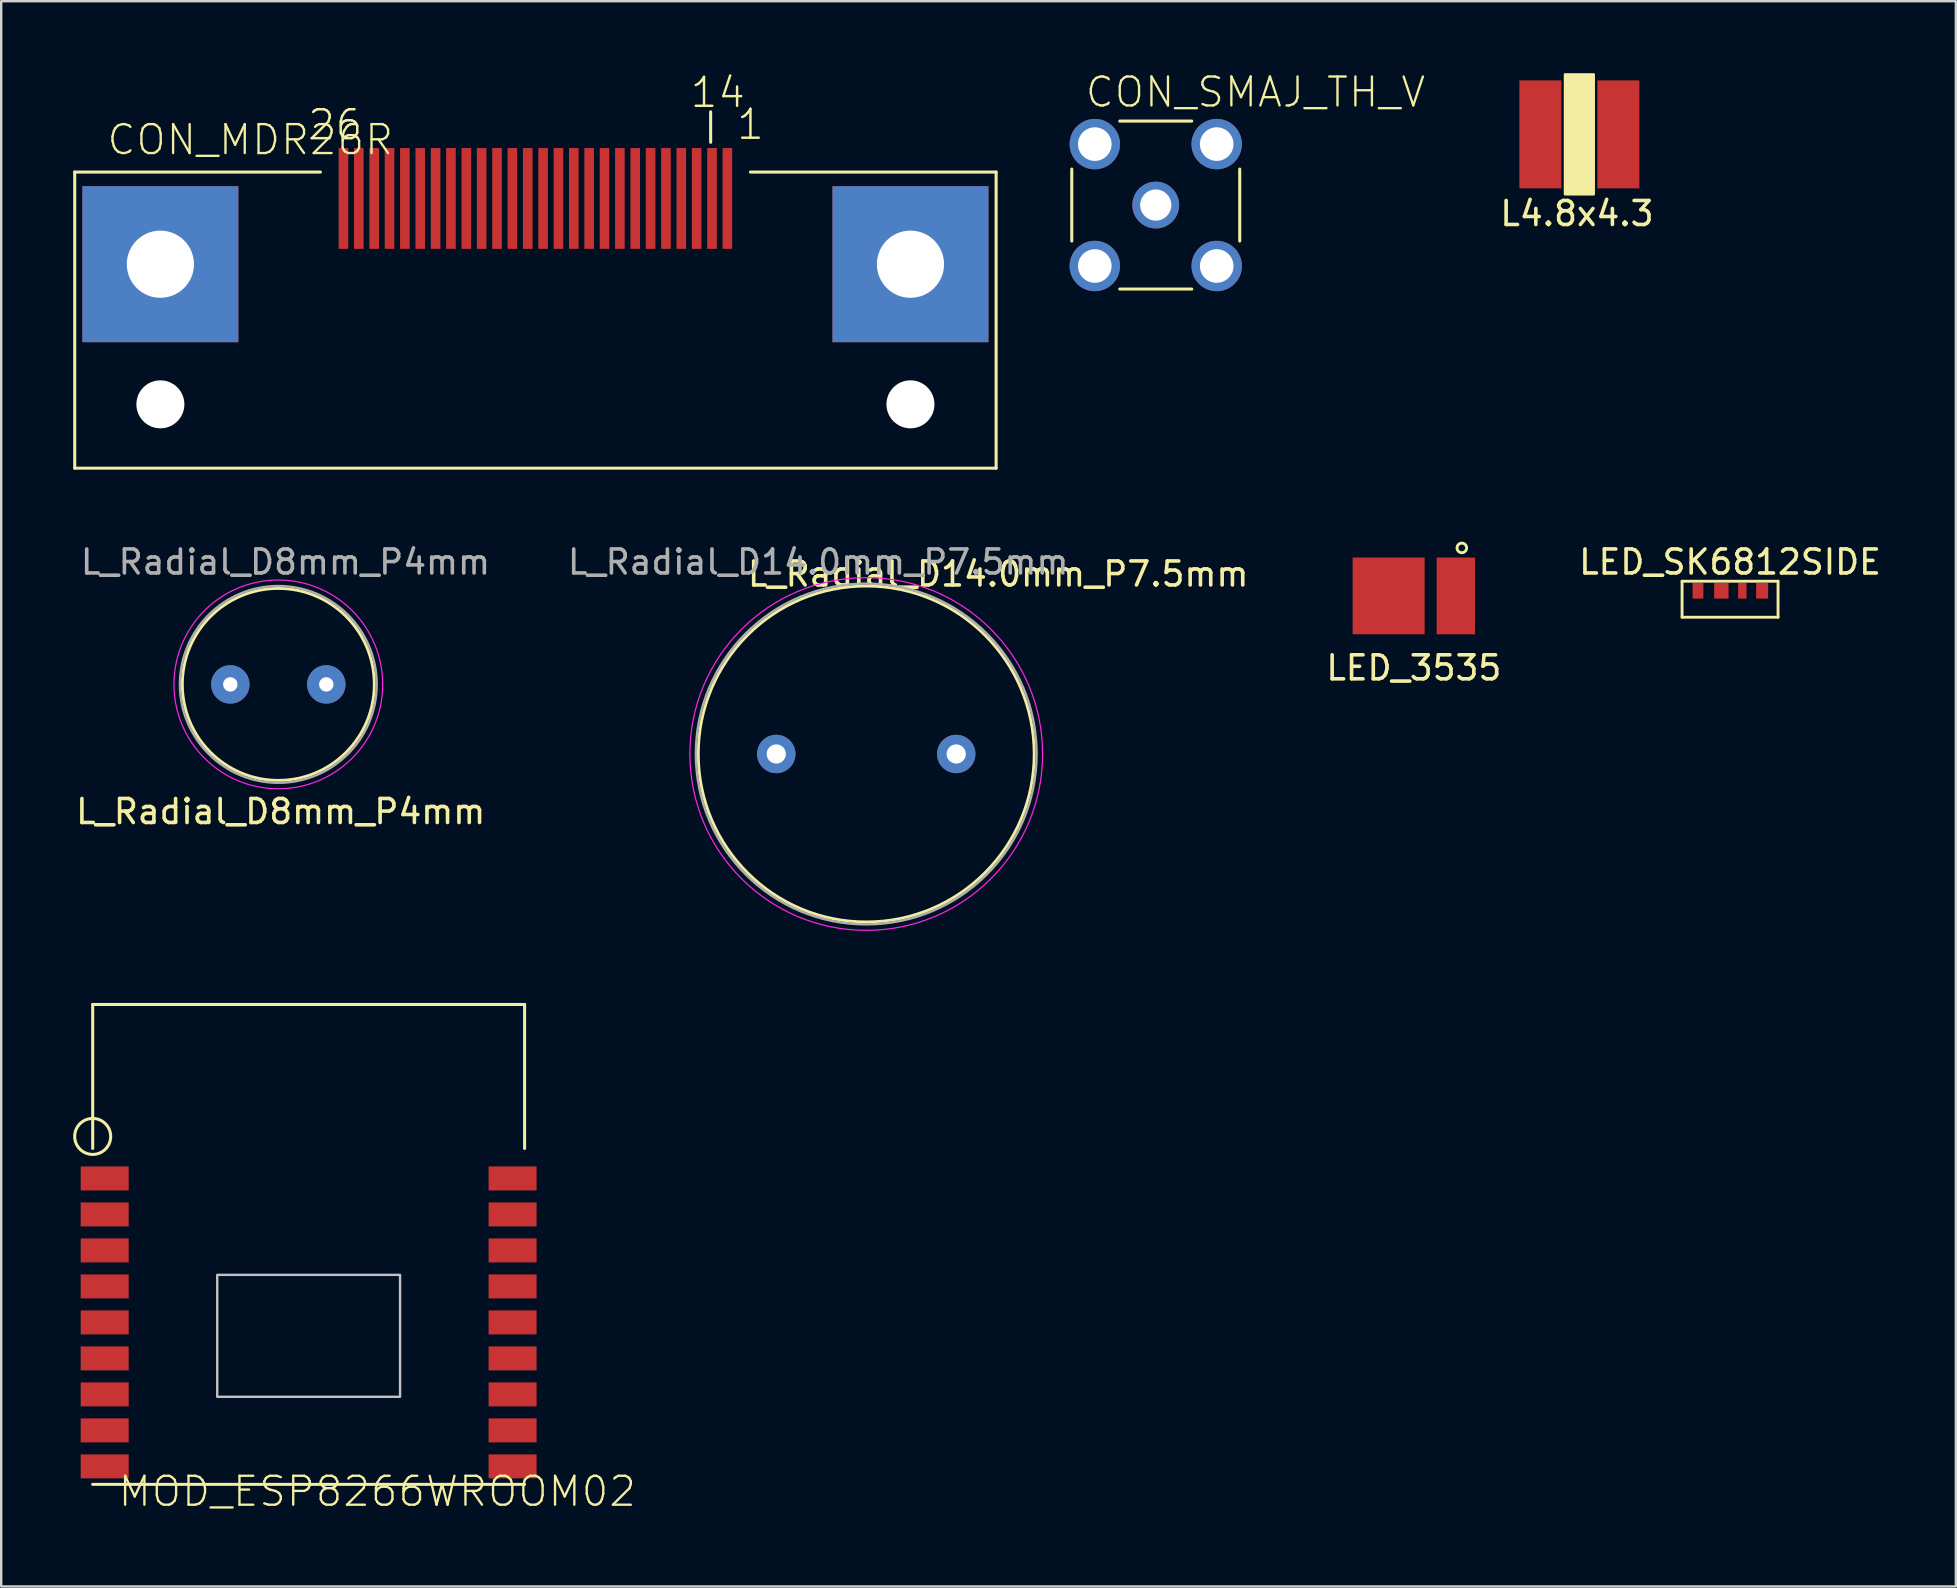
<source format=kicad_pcb>
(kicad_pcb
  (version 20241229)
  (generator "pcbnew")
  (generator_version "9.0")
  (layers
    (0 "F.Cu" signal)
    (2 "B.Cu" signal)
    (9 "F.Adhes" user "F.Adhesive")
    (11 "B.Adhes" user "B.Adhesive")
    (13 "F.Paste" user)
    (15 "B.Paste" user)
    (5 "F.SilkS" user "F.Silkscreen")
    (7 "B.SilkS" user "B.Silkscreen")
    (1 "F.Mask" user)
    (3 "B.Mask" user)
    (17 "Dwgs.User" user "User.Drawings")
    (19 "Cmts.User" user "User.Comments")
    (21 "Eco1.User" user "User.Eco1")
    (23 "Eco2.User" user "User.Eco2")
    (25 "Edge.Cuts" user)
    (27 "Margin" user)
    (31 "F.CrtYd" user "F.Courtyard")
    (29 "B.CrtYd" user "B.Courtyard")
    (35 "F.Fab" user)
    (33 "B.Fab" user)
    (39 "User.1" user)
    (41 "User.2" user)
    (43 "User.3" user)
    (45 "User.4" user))
  (footprint "LED_3535"
    (layer "F.Cu")
    (at 55.873 21.785)
    (property "Reference" "LED_3535" (at 0 3 0) (layer "F.SilkS") (effects (font (size 1 1) (thickness 0.15))))
    (attr smd)
    (fp_circle (center 2 -2) (end 2.2 -2) (stroke (width 0.12) (type solid)) (fill no) (layer "F.SilkS"))
    (pad "1" smd rect (at -1.05 0) (size 3 3.2) (layers "F.Cu" "F.Mask" "F.Paste"))
    (pad "2" smd rect (at 1.75 0) (size 1.6 3.2) (layers "F.Cu" "F.Mask" "F.Paste")))
  (footprint "L_Radial_D8mm_P4mm"
    (layer "F.Cu")
    (at 8.549 25.473)
    (property "Reference" "L_Radial_D8mm_P4mm" (at 0.1 5.3 0) (layer "F.SilkS") (effects (font (size 1 1) (thickness 0.15))))
    (attr through_hole)
    (fp_circle (center 0 0) (end 4 0) (stroke (width 0.12) (type solid)) (fill no) (layer "F.SilkS"))
    (fp_circle (center 0 0) (end 4.35 0) (stroke (width 0.05) (type solid)) (fill no) (layer "F.CrtYd"))
    (fp_circle (center 0 0) (end 4.1 0) (stroke (width 0.1) (type solid)) (fill no) (layer "F.Fab"))
    (fp_text user "${REFERENCE}" (at 0.3 -5.1 0) (layer "F.Fab") (effects (font (size 1 1) (thickness 0.15))))
    (pad "1" thru_hole circle (at -2 0) (size 1.6 1.6) (drill 0.6) (layers "*.Cu" "*.Mask"))
    (pad "2" thru_hole circle (at 2 0) (size 1.6 1.6) (drill 0.6) (layers "*.Cu" "*.Mask")))
  (footprint "L_Radial_D14.0mm_P7.5mm"
    (layer "F.Cu")
    (at 33.051 28.373)
    (property "Reference" "L_Radial_D14.0mm_P7.5mm" (at 5.5 -7.5 0) (layer "F.SilkS") (effects (font (size 1 1) (thickness 0.15))))
    (attr through_hole)
    (fp_circle (center 0 0) (end 7 0) (stroke (width 0.12) (type solid)) (fill no) (layer "F.SilkS"))
    (fp_circle (center 0 0) (end 7.35 0) (stroke (width 0.05) (type solid)) (fill no) (layer "F.CrtYd"))
    (fp_circle (center 0 0) (end 7.1 0) (stroke (width 0.1) (type solid)) (fill no) (layer "F.Fab"))
    (fp_text user "${REFERENCE}" (at -2 -8 0) (layer "F.Fab") (effects (font (size 1 1) (thickness 0.15))))
    (pad "1" thru_hole circle (at -3.75 0) (size 1.6 1.6) (drill 0.8) (layers "*.Cu" "*.Mask"))
    (pad "2" thru_hole circle (at 3.75 0) (size 1.6 1.6) (drill 0.8) (layers "*.Cu" "*.Mask")))
  (footprint "LED_SK6812SIDE"
    (layer "F.Cu")
    (at 69.051 21.573)
    (property "Reference" "LED_SK6812SIDE" (at 0 -1.2 0) (layer "F.SilkS") (effects (font (size 1 1) (thickness 0.15))))
    (attr smd)
    (fp_line (start -2 -0.4) (end -2 1.1) (stroke (width 0.12) (type solid)) (layer "F.SilkS"))
    (fp_line (start -2 1.1) (end 2 1.1) (stroke (width 0.12) (type solid)) (layer "F.SilkS"))
    (fp_line (start 2 -0.4) (end -2 -0.4) (stroke (width 0.12) (type solid)) (layer "F.SilkS"))
    (fp_line (start 2 -0.4) (end 2 1.1) (stroke (width 0.12) (type solid)) (layer "F.SilkS"))
    (pad "1" smd rect (at -1.337 0) (size 0.45 0.65) (layers "F.Cu" "F.Mask" "F.Paste"))
    (pad "2" smd rect (at -0.362 0) (size 0.6 0.65) (layers "F.Cu" "F.Mask" "F.Paste"))
    (pad "3" smd rect (at 0.512 0) (size 0.35 0.65) (layers "F.Cu" "F.Mask" "F.Paste"))
    (pad "4" smd rect (at 1.337 0) (size 0.5 0.65) (layers "F.Cu" "F.Mask" "F.Paste")))
  (footprint "CON_MDR26R"
    (layer "F.Cu")
    (at 19.264 7.961)
    (property "Reference" "CON_MDR26R" (at -17.92 -4.48 0) (layer "F.SilkS") (effects (font (size 1.206 1.206) (thickness 0.097)) (justify left bottom)))
    (attr through_hole)
    (fp_line (start -19.2 -3.84) (end -19.2 8.5) (stroke (width 0.127) (type solid)) (layer "F.SilkS"))
    (fp_line (start -19.2 8.5) (end 19.2 8.5) (stroke (width 0.127) (type solid)) (layer "F.SilkS"))
    (fp_line (start -8.96 -3.84) (end -19.2 -3.84) (stroke (width 0.127) (type solid)) (layer "F.SilkS"))
    (fp_line (start 7.303 -5.08) (end 7.303 -6.35) (stroke (width 0.127) (type solid)) (layer "F.SilkS"))
    (fp_line (start 19.2 -3.84) (end 8.96 -3.84) (stroke (width 0.127) (type solid)) (layer "F.SilkS"))
    (fp_line (start 19.2 8.5) (end 19.2 -3.84) (stroke (width 0.127) (type solid)) (layer "F.SilkS"))
    (fp_text user "1" (at 8.32 -5.12 0) (layer "F.SilkS") (effects (font (size 1.206 1.206) (thickness 0.102)) (justify left bottom)))
    (fp_text user "26" (at -9.56 -5.1 0) (layer "F.SilkS") (effects (font (size 1.206 1.206) (thickness 0.102)) (justify left bottom)))
    (fp_text user "14" (at 6.385 -6.45 0) (layer "F.SilkS") (effects (font (size 1.206 1.206) (thickness 0.102)) (justify left bottom)))
    (pad "" np_thru_hole circle (at -15.63 5.84) (size 2 2) (drill 2) (layers "*.Cu" "*.Mask"))
    (pad "" np_thru_hole circle (at 15.63 5.84) (size 2 2) (drill 2) (layers "*.Cu" "*.Mask"))
    (pad "G1" thru_hole rect (at 15.63 0) (size 6.5 6.5) (drill 2.8) (layers "*.Cu" "*.Mask"))
    (pad "G2" thru_hole rect (at -15.63 0) (size 6.5 6.5) (drill 2.8) (layers "*.Cu" "*.Mask"))
    (pad "P$1" smd rect (at 8 -2.74) (size 0.4 4.2) (layers "F.Cu" "F.Mask" "F.Paste"))
    (pad "P$2" smd rect (at 6.72 -2.74) (size 0.4 4.2) (layers "F.Cu" "F.Mask" "F.Paste"))
    (pad "P$3" smd rect (at 5.44 -2.74) (size 0.4 4.2) (layers "F.Cu" "F.Mask" "F.Paste"))
    (pad "P$4" smd rect (at 4.16 -2.74) (size 0.4 4.2) (layers "F.Cu" "F.Mask" "F.Paste"))
    (pad "P$5" smd rect (at 2.88 -2.74) (size 0.4 4.2) (layers "F.Cu" "F.Mask" "F.Paste"))
    (pad "P$6" smd rect (at 1.6 -2.74) (size 0.4 4.2) (layers "F.Cu" "F.Mask" "F.Paste"))
    (pad "P$7" smd rect (at 0.32 -2.74) (size 0.4 4.2) (layers "F.Cu" "F.Mask" "F.Paste"))
    (pad "P$8" smd rect (at -0.96 -2.74) (size 0.4 4.2) (layers "F.Cu" "F.Mask" "F.Paste"))
    (pad "P$9" smd rect (at -2.24 -2.74) (size 0.4 4.2) (layers "F.Cu" "F.Mask" "F.Paste"))
    (pad "P$10" smd rect (at -3.52 -2.74) (size 0.4 4.2) (layers "F.Cu" "F.Mask" "F.Paste"))
    (pad "P$11" smd rect (at -4.8 -2.74) (size 0.4 4.2) (layers "F.Cu" "F.Mask" "F.Paste"))
    (pad "P$12" smd rect (at -6.08 -2.74) (size 0.4 4.2) (layers "F.Cu" "F.Mask" "F.Paste"))
    (pad "P$13" smd rect (at -7.36 -2.74) (size 0.4 4.2) (layers "F.Cu" "F.Mask" "F.Paste"))
    (pad "P$14" smd rect (at 7.36 -2.74) (size 0.4 4.2) (layers "F.Cu" "F.Mask" "F.Paste"))
    (pad "P$15" smd rect (at 6.08 -2.74) (size 0.4 4.2) (layers "F.Cu" "F.Mask" "F.Paste"))
    (pad "P$16" smd rect (at 4.8 -2.74) (size 0.4 4.2) (layers "F.Cu" "F.Mask" "F.Paste"))
    (pad "P$17" smd rect (at 3.52 -2.74) (size 0.4 4.2) (layers "F.Cu" "F.Mask" "F.Paste"))
    (pad "P$18" smd rect (at 2.24 -2.74) (size 0.4 4.2) (layers "F.Cu" "F.Mask" "F.Paste"))
    (pad "P$19" smd rect (at 0.96 -2.74) (size 0.4 4.2) (layers "F.Cu" "F.Mask" "F.Paste"))
    (pad "P$20" smd rect (at -0.32 -2.74) (size 0.4 4.2) (layers "F.Cu" "F.Mask" "F.Paste"))
    (pad "P$21" smd rect (at -1.6 -2.74) (size 0.4 4.2) (layers "F.Cu" "F.Mask" "F.Paste"))
    (pad "P$22" smd rect (at -2.88 -2.74) (size 0.4 4.2) (layers "F.Cu" "F.Mask" "F.Paste"))
    (pad "P$23" smd rect (at -4.16 -2.74) (size 0.4 4.2) (layers "F.Cu" "F.Mask" "F.Paste"))
    (pad "P$24" smd rect (at -5.44 -2.74) (size 0.4 4.2) (layers "F.Cu" "F.Mask" "F.Paste"))
    (pad "P$25" smd rect (at -6.72 -2.74) (size 0.4 4.2) (layers "F.Cu" "F.Mask" "F.Paste"))
    (pad "P$26" smd rect (at -8 -2.74) (size 0.4 4.2) (layers "F.Cu" "F.Mask" "F.Paste")))
  (footprint "MOD_ESP8266WROOM02"
    (layer "F.Cu")
    (at 9.813 48.812)
    (property "Reference" "MOD_ESP8266WROOM02" (at -8 11 0) (layer "F.SilkS") (effects (font (size 1.206 1.206) (thickness 0.097)) (justify left bottom)))
    (attr smd)
    (fp_line (start -9 -10) (end -9 -4) (stroke (width 0.127) (type solid)) (layer "F.SilkS"))
    (fp_line (start -9 10) (end 9 10) (stroke (width 0.127) (type solid)) (layer "F.SilkS"))
    (fp_line (start 9 -10) (end -9 -10) (stroke (width 0.127) (type solid)) (layer "F.SilkS"))
    (fp_line (start 9 -10) (end 9 -4) (stroke (width 0.127) (type solid)) (layer "F.SilkS"))
    (fp_circle (center -9 -4.5) (end -8.25 -4.5) (stroke (width 0.127) (type solid)) (fill no) (layer "F.SilkS"))
    (fp_poly (pts (xy -3.81 6.35) (xy 3.81 6.35) (xy 3.81 1.27) (xy -3.81 1.27)) (stroke (width 0.1) (type solid)) (fill no) (layer "Dwgs.User"))
    (pad "P$1" smd rect (at -8.5 -2.75 90) (size 1 2) (layers "F.Cu" "F.Mask" "F.Paste"))
    (pad "P$2" smd rect (at -8.5 -1.25 90) (size 1 2) (layers "F.Cu" "F.Mask" "F.Paste"))
    (pad "P$3" smd rect (at -8.5 0.25 90) (size 1 2) (layers "F.Cu" "F.Mask" "F.Paste"))
    (pad "P$4" smd rect (at -8.5 1.75 90) (size 1 2) (layers "F.Cu" "F.Mask" "F.Paste"))
    (pad "P$5" smd rect (at -8.5 3.25 90) (size 1 2) (layers "F.Cu" "F.Mask" "F.Paste"))
    (pad "P$6" smd rect (at -8.5 4.75 90) (size 1 2) (layers "F.Cu" "F.Mask" "F.Paste"))
    (pad "P$7" smd rect (at -8.5 6.25 90) (size 1 2) (layers "F.Cu" "F.Mask" "F.Paste"))
    (pad "P$8" smd rect (at -8.5 7.75 90) (size 1 2) (layers "F.Cu" "F.Mask" "F.Paste"))
    (pad "P$9" smd rect (at -8.5 9.25 90) (size 1 2) (layers "F.Cu" "F.Mask" "F.Paste"))
    (pad "P$10" smd rect (at 8.5 9.25 90) (size 1 2) (layers "F.Cu" "F.Mask" "F.Paste"))
    (pad "P$11" smd rect (at 8.5 7.75 90) (size 1 2) (layers "F.Cu" "F.Mask" "F.Paste"))
    (pad "P$12" smd rect (at 8.5 6.25 90) (size 1 2) (layers "F.Cu" "F.Mask" "F.Paste"))
    (pad "P$13" smd rect (at 8.5 4.75 90) (size 1 2) (layers "F.Cu" "F.Mask" "F.Paste"))
    (pad "P$14" smd rect (at 8.5 3.25 90) (size 1 2) (layers "F.Cu" "F.Mask" "F.Paste"))
    (pad "P$15" smd rect (at 8.5 1.75 90) (size 1 2) (layers "F.Cu" "F.Mask" "F.Paste"))
    (pad "P$16" smd rect (at 8.5 0.25 90) (size 1 2) (layers "F.Cu" "F.Mask" "F.Paste"))
    (pad "P$17" smd rect (at 8.5 -1.25 90) (size 1 2) (layers "F.Cu" "F.Mask" "F.Paste"))
    (pad "P$18" smd rect (at 8.5 -2.75 90) (size 1 2) (layers "F.Cu" "F.Mask" "F.Paste")))
  (footprint "L4.8x4.3"
    (layer "F.Cu")
    (at 62.771 2.55)
    (property "Reference" "L4.8x4.3" (at -0.1 3.3 0) (layer "F.SilkS") (effects (font (size 1 1) (thickness 0.15))))
    (attr smd)
    (fp_poly (pts (xy 0.6 2.5) (xy -0.6 2.5) (xy -0.6 -2.5) (xy 0.6 -2.5)) (stroke (width 0.1) (type solid)) (fill yes) (layer "F.SilkS"))
    (pad "1" smd rect (at -1.625 0) (size 1.75 4.5) (layers "F.Cu" "F.Mask" "F.Paste"))
    (pad "2" smd rect (at 1.625 0) (size 1.75 4.5) (layers "F.Cu" "F.Mask" "F.Paste")))
  (footprint "CON_SMAJ_TH_V"
    (layer "F.Cu")
    (at 45.117 5.496)
    (property "Reference" "CON_SMAJ_TH_V" (at -3 -4 0) (layer "F.SilkS") (effects (font (size 1.206 1.206) (thickness 0.097)) (justify left bottom)))
    (attr through_hole)
    (fp_line (start -3.5 1.5) (end -3.5 -1.5) (stroke (width 0.127) (type solid)) (layer "F.SilkS"))
    (fp_line (start -1.5 -3.5) (end 1.5 -3.5) (stroke (width 0.127) (type solid)) (layer "F.SilkS"))
    (fp_line (start 1.5 3.5) (end -1.5 3.5) (stroke (width 0.127) (type solid)) (layer "F.SilkS"))
    (fp_line (start 3.5 -1.5) (end 3.5 1.5) (stroke (width 0.127) (type solid)) (layer "F.SilkS"))
    (pad "GND1" thru_hole circle (at -2.54 -2.54) (size 2.1 2.1) (drill 1.4) (layers "*.Cu" "*.Mask"))
    (pad "GND2" thru_hole circle (at -2.54 2.54) (size 2.1 2.1) (drill 1.4) (layers "*.Cu" "*.Mask"))
    (pad "GND3" thru_hole circle (at 2.54 -2.54) (size 2.1 2.1) (drill 1.4) (layers "*.Cu" "*.Mask"))
    (pad "GND4" thru_hole circle (at 2.54 2.54) (size 2.1 2.1) (drill 1.4) (layers "*.Cu" "*.Mask"))
    (pad "SIG" thru_hole circle (at 0 0) (size 1.95 1.95) (drill 1.3) (layers "*.Cu" "*.Mask")))
  (gr_rect
    (start -3 -3)
    (end 78.462 63.066)
    (stroke (width 0.1) (type default))
    (fill no)
    (layer "Edge.Cuts")))
</source>
